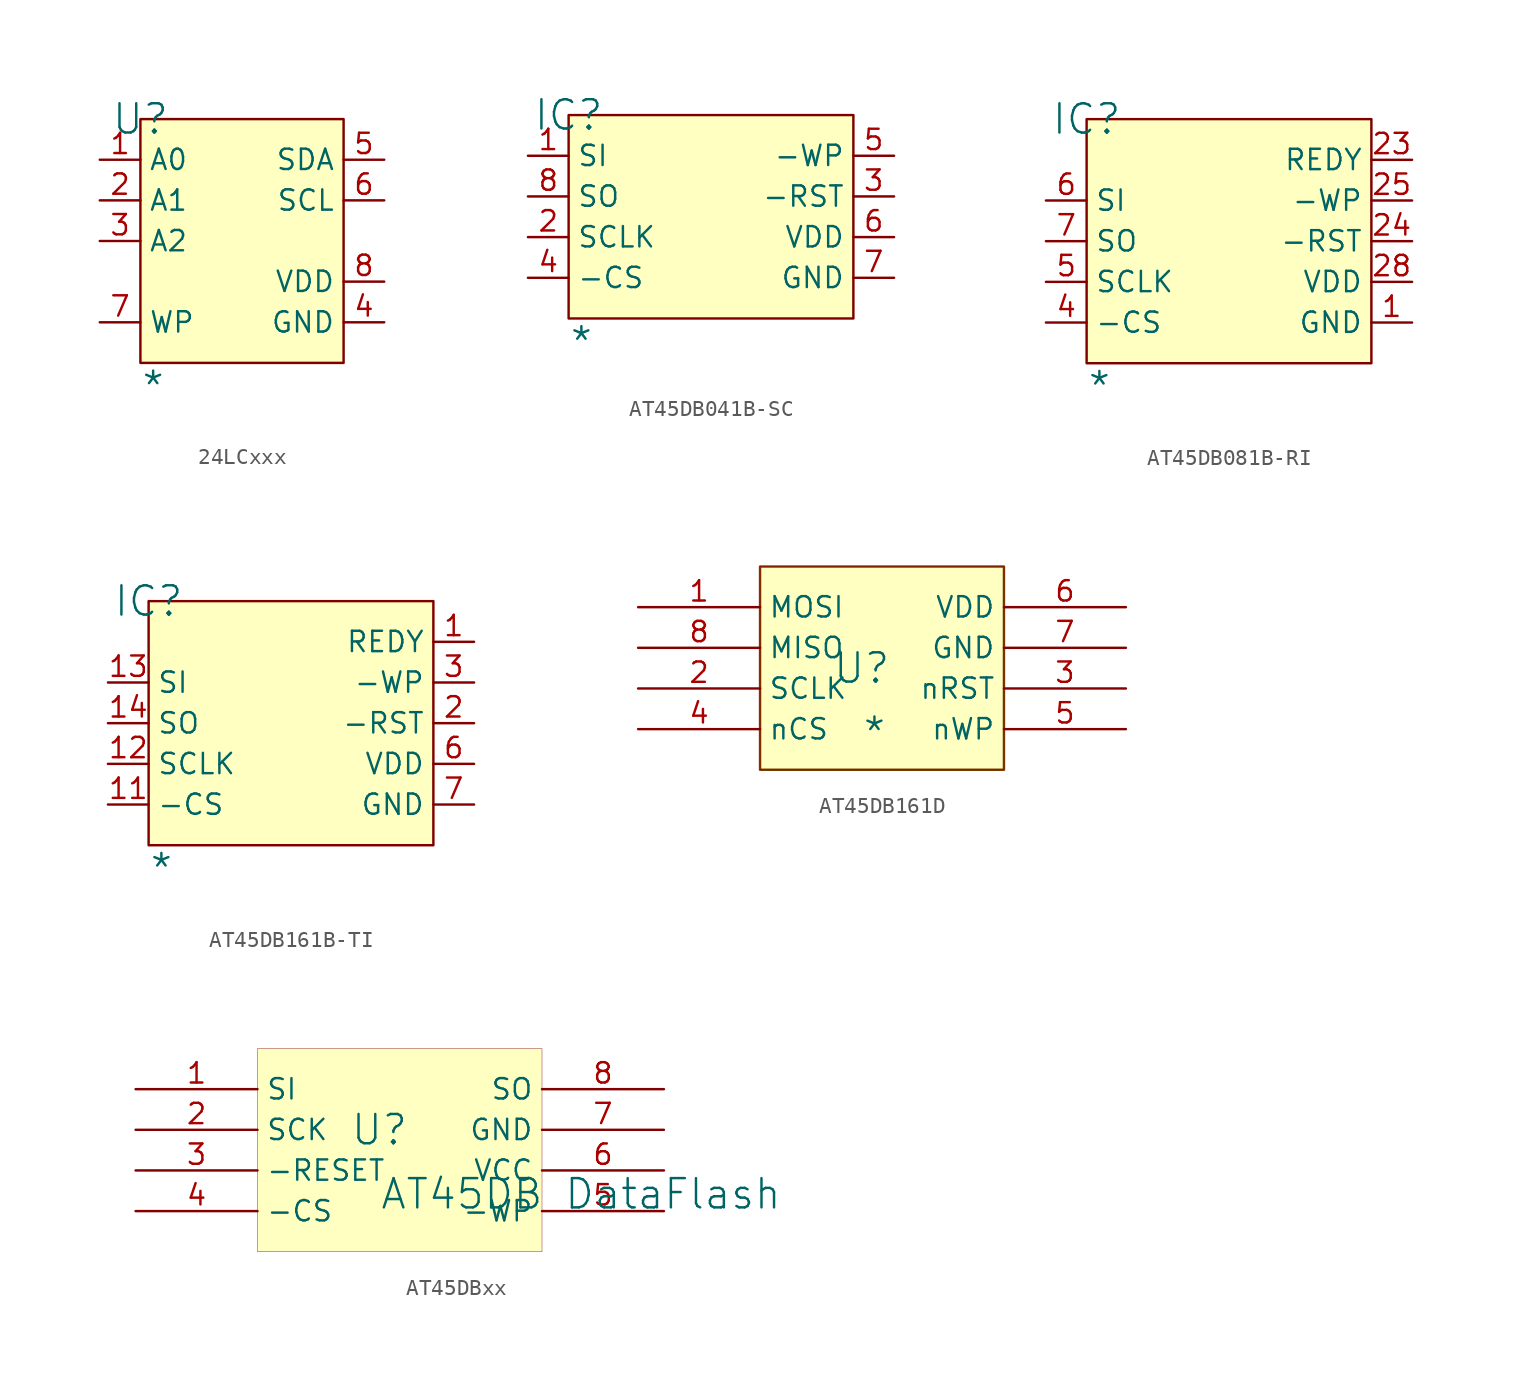
<source format=kicad_sym>
(kicad_symbol_lib
  (version 20241209)
  (generator "kicad_symbol_editor")
  (generator_version "9.0")
  (symbol "24LCxxx"
    (property "Reference" "U"
      (at 0 0 0)
      (effects (font (size 1.829 1.829))))
    (property "Value" "*"
      (at 0 -17.78 0)
      (effects (font (size 1.829 1.829)) (justify left bottom)))
    (symbol "24LCxxx_1_0"
      (rectangle (start 12.7 0) (end 0 -15.24) (stroke (width 0) (type solid) (color 128 0 0 1)) (fill (type background)))
      (pin input line (at -2.54 -2.54 0) (length 2.54) (name "A0" (effects (font (size 1.27 1.27)))) (number "1" (effects (font (size 1.27 1.27)))))
      (pin input line (at -2.54 -5.08 0) (length 2.54) (name "A1" (effects (font (size 1.27 1.27)))) (number "2" (effects (font (size 1.27 1.27)))))
      (pin input line (at -2.54 -7.62 0) (length 2.54) (name "A2" (effects (font (size 1.27 1.27)))) (number "3" (effects (font (size 1.27 1.27)))))
      (pin input line (at -2.54 -12.7 0) (length 2.54) (name "WP" (effects (font (size 1.27 1.27)))) (number "7" (effects (font (size 1.27 1.27)))))
      (pin bidirectional line (at 15.24 -2.54 180) (length 2.54) (name "SDA" (effects (font (size 1.27 1.27)))) (number "5" (effects (font (size 1.27 1.27)))))
      (pin input line (at 15.24 -5.08 180) (length 2.54) (name "SCL" (effects (font (size 1.27 1.27)))) (number "6" (effects (font (size 1.27 1.27)))))
      (pin power_in line (at 15.24 -10.16 180) (length 2.54) (name "VDD" (effects (font (size 1.27 1.27)))) (number "8" (effects (font (size 1.27 1.27)))))
      (pin power_in line (at 15.24 -12.7 180) (length 2.54) (name "GND" (effects (font (size 1.27 1.27)))) (number "4" (effects (font (size 1.27 1.27)))))))
  (symbol "AT45DB041B-SC"
    (property "Reference" "IC"
      (at 0 0 0)
      (effects (font (size 1.829 1.829))))
    (property "Value" "*"
      (at 0 -15.24 0)
      (effects (font (size 1.829 1.829)) (justify left bottom)))
    (symbol "AT45DB041B-SC_1_0"
      (rectangle (start 17.78 0) (end 0 -12.7) (stroke (width 0) (type solid) (color 128 0 0 1)) (fill (type background)))
      (pin input line (at -2.54 -2.54 0) (length 2.54) (name "SI" (effects (font (size 1.27 1.27)))) (number "1" (effects (font (size 1.27 1.27)))))
      (pin tri_state line (at -2.54 -5.08 0) (length 2.54) (name "SO" (effects (font (size 1.27 1.27)))) (number "8" (effects (font (size 1.27 1.27)))))
      (pin input line (at -2.54 -7.62 0) (length 2.54) (name "SCLK" (effects (font (size 1.27 1.27)))) (number "2" (effects (font (size 1.27 1.27)))))
      (pin input line (at -2.54 -10.16 0) (length 2.54) (name "-CS" (effects (font (size 1.27 1.27)))) (number "4" (effects (font (size 1.27 1.27)))))
      (pin input line (at 20.32 -2.54 180) (length 2.54) (name "-WP" (effects (font (size 1.27 1.27)))) (number "5" (effects (font (size 1.27 1.27)))))
      (pin input line (at 20.32 -5.08 180) (length 2.54) (name "-RST" (effects (font (size 1.27 1.27)))) (number "3" (effects (font (size 1.27 1.27)))))
      (pin power_in line (at 20.32 -7.62 180) (length 2.54) (name "VDD" (effects (font (size 1.27 1.27)))) (number "6" (effects (font (size 1.27 1.27)))))
      (pin power_in line (at 20.32 -10.16 180) (length 2.54) (name "GND" (effects (font (size 1.27 1.27)))) (number "7" (effects (font (size 1.27 1.27)))))))
  (symbol "AT45DB081B-RI"
    (property "Reference" "IC"
      (at 0 0 0)
      (effects (font (size 1.829 1.829))))
    (property "Value" "*"
      (at 0 -17.78 0)
      (effects (font (size 1.829 1.829)) (justify left bottom)))
    (symbol "AT45DB081B-RI_1_0"
      (rectangle (start 17.78 0) (end 0 -15.24) (stroke (width 0) (type solid) (color 128 0 0 1)) (fill (type background)))
      (pin input line (at -2.54 -5.08 0) (length 2.54) (name "SI" (effects (font (size 1.27 1.27)))) (number "6" (effects (font (size 1.27 1.27)))))
      (pin tri_state line (at -2.54 -7.62 0) (length 2.54) (name "SO" (effects (font (size 1.27 1.27)))) (number "7" (effects (font (size 1.27 1.27)))))
      (pin input line (at -2.54 -10.16 0) (length 2.54) (name "SCLK" (effects (font (size 1.27 1.27)))) (number "5" (effects (font (size 1.27 1.27)))))
      (pin input line (at -2.54 -12.7 0) (length 2.54) (name "-CS" (effects (font (size 1.27 1.27)))) (number "4" (effects (font (size 1.27 1.27)))))
      (pin passive line (at 20.32 -2.54 180) (length 2.54) (name "REDY" (effects (font (size 1.27 1.27)))) (number "23" (effects (font (size 1.27 1.27)))))
      (pin input line (at 20.32 -5.08 180) (length 2.54) (name "-WP" (effects (font (size 1.27 1.27)))) (number "25" (effects (font (size 1.27 1.27)))))
      (pin input line (at 20.32 -7.62 180) (length 2.54) (name "-RST" (effects (font (size 1.27 1.27)))) (number "24" (effects (font (size 1.27 1.27)))))
      (pin power_in line (at 20.32 -10.16 180) (length 2.54) (name "VDD" (effects (font (size 1.27 1.27)))) (number "28" (effects (font (size 1.27 1.27)))))
      (pin power_in line (at 20.32 -12.7 180) (length 2.54) (name "GND" (effects (font (size 1.27 1.27)))) (number "1" (effects (font (size 1.27 1.27)))))))
  (symbol "AT45DB161B-TI"
    (property "Reference" "IC"
      (at 0 0 0)
      (effects (font (size 1.829 1.829))))
    (property "Value" "*"
      (at 0 -17.78 0)
      (effects (font (size 1.829 1.829)) (justify left bottom)))
    (symbol "AT45DB161B-TI_1_0"
      (rectangle (start 17.78 0) (end 0 -15.24) (stroke (width 0) (type solid) (color 128 0 0 1)) (fill (type background)))
      (pin input line (at -2.54 -5.08 0) (length 2.54) (name "SI" (effects (font (size 1.27 1.27)))) (number "13" (effects (font (size 1.27 1.27)))))
      (pin tri_state line (at -2.54 -7.62 0) (length 2.54) (name "SO" (effects (font (size 1.27 1.27)))) (number "14" (effects (font (size 1.27 1.27)))))
      (pin input line (at -2.54 -10.16 0) (length 2.54) (name "SCLK" (effects (font (size 1.27 1.27)))) (number "12" (effects (font (size 1.27 1.27)))))
      (pin input line (at -2.54 -12.7 0) (length 2.54) (name "-CS" (effects (font (size 1.27 1.27)))) (number "11" (effects (font (size 1.27 1.27)))))
      (pin passive line (at 20.32 -2.54 180) (length 2.54) (name "REDY" (effects (font (size 1.27 1.27)))) (number "1" (effects (font (size 1.27 1.27)))))
      (pin input line (at 20.32 -5.08 180) (length 2.54) (name "-WP" (effects (font (size 1.27 1.27)))) (number "3" (effects (font (size 1.27 1.27)))))
      (pin input line (at 20.32 -7.62 180) (length 2.54) (name "-RST" (effects (font (size 1.27 1.27)))) (number "2" (effects (font (size 1.27 1.27)))))
      (pin power_in line (at 20.32 -10.16 180) (length 2.54) (name "VDD" (effects (font (size 1.27 1.27)))) (number "6" (effects (font (size 1.27 1.27)))))
      (pin power_in line (at 20.32 -12.7 180) (length 2.54) (name "GND" (effects (font (size 1.27 1.27)))) (number "7" (effects (font (size 1.27 1.27)))))))
  (symbol "AT45DB161D"
    (property "Reference" "U"
      (at -1.27 1.27 0)
      (effects (font (size 1.829 1.829))))
    (property "Value" "*"
      (at -1.27 -3.81 0)
      (effects (font (size 1.829 1.829)) (justify left bottom)))
    (symbol "AT45DB161D_1_0"
      (polyline (pts (xy -7.62 -5.08) (xy -7.62 7.62) (xy 7.62 7.62) (xy 7.62 -5.08) (xy -7.62 -5.08)) (stroke (width 0) (type solid) (color 125 59 0 1)) (fill (type none)))
      (rectangle (start 7.62 7.62) (end -7.62 -5.08) (stroke (width 0.025) (type solid) (color 128 0 0 1)) (fill (type background)))
      (pin passive line (at -15.24 5.08 0) (length 7.62) (name "MOSI" (effects (font (size 1.27 1.27)))) (number "1" (effects (font (size 1.27 1.27)))))
      (pin passive line (at -15.24 2.54 0) (length 7.62) (name "MISO" (effects (font (size 1.27 1.27)))) (number "8" (effects (font (size 1.27 1.27)))))
      (pin passive line (at -15.24 0 0) (length 7.62) (name "SCLK" (effects (font (size 1.27 1.27)))) (number "2" (effects (font (size 1.27 1.27)))))
      (pin passive line (at -15.24 -2.54 0) (length 7.62) (name "nCS" (effects (font (size 1.27 1.27)))) (number "4" (effects (font (size 1.27 1.27)))))
      (pin passive line (at 15.24 5.08 180) (length 7.62) (name "VDD" (effects (font (size 1.27 1.27)))) (number "6" (effects (font (size 1.27 1.27)))))
      (pin passive line (at 15.24 2.54 180) (length 7.62) (name "GND" (effects (font (size 1.27 1.27)))) (number "7" (effects (font (size 1.27 1.27)))))
      (pin passive line (at 15.24 0 180) (length 7.62) (name "nRST" (effects (font (size 1.27 1.27)))) (number "3" (effects (font (size 1.27 1.27)))))
      (pin passive line (at 15.24 -2.54 180) (length 7.62) (name "nWP" (effects (font (size 1.27 1.27)))) (number "5" (effects (font (size 1.27 1.27)))))))
  (symbol "AT45DBxx"
    (property "Reference" "U"
      (at -1.27 1.27 0)
      (effects (font (size 1.829 1.829))))
    (property "Value" "AT45DB DataFlash"
      (at -1.27 -3.81 0)
      (effects (font (size 1.829 1.829)) (justify left bottom)))
    (symbol "AT45DBxx_1_0"
      (rectangle (start 8.89 6.35) (end -8.89 -6.35) (stroke (width 0.025) (type solid) (color 128 0 0 1)) (fill (type background)))
      (pin passive line (at -16.51 3.81 0) (length 7.62) (name "SI" (effects (font (size 1.27 1.27)))) (number "1" (effects (font (size 1.27 1.27)))))
      (pin passive line (at -16.51 1.27 0) (length 7.62) (name "SCK" (effects (font (size 1.27 1.27)))) (number "2" (effects (font (size 1.27 1.27)))))
      (pin input line (at -16.51 -1.27 0) (length 7.62) (name "-RESET" (effects (font (size 1.27 1.27)))) (number "3" (effects (font (size 1.27 1.27)))))
      (pin passive line (at -16.51 -3.81 0) (length 7.62) (name "-CS" (effects (font (size 1.27 1.27)))) (number "4" (effects (font (size 1.27 1.27)))))
      (pin passive line (at 16.51 3.81 180) (length 7.62) (name "SO" (effects (font (size 1.27 1.27)))) (number "8" (effects (font (size 1.27 1.27)))))
      (pin passive line (at 16.51 1.27 180) (length 7.62) (name "GND" (effects (font (size 1.27 1.27)))) (number "7" (effects (font (size 1.27 1.27)))))
      (pin passive line (at 16.51 -1.27 180) (length 7.62) (name "VCC" (effects (font (size 1.27 1.27)))) (number "6" (effects (font (size 1.27 1.27)))))
      (pin passive line (at 16.51 -3.81 180) (length 7.62) (name "-WP" (effects (font (size 1.27 1.27)))) (number "5" (effects (font (size 1.27 1.27))))))))
</source>
